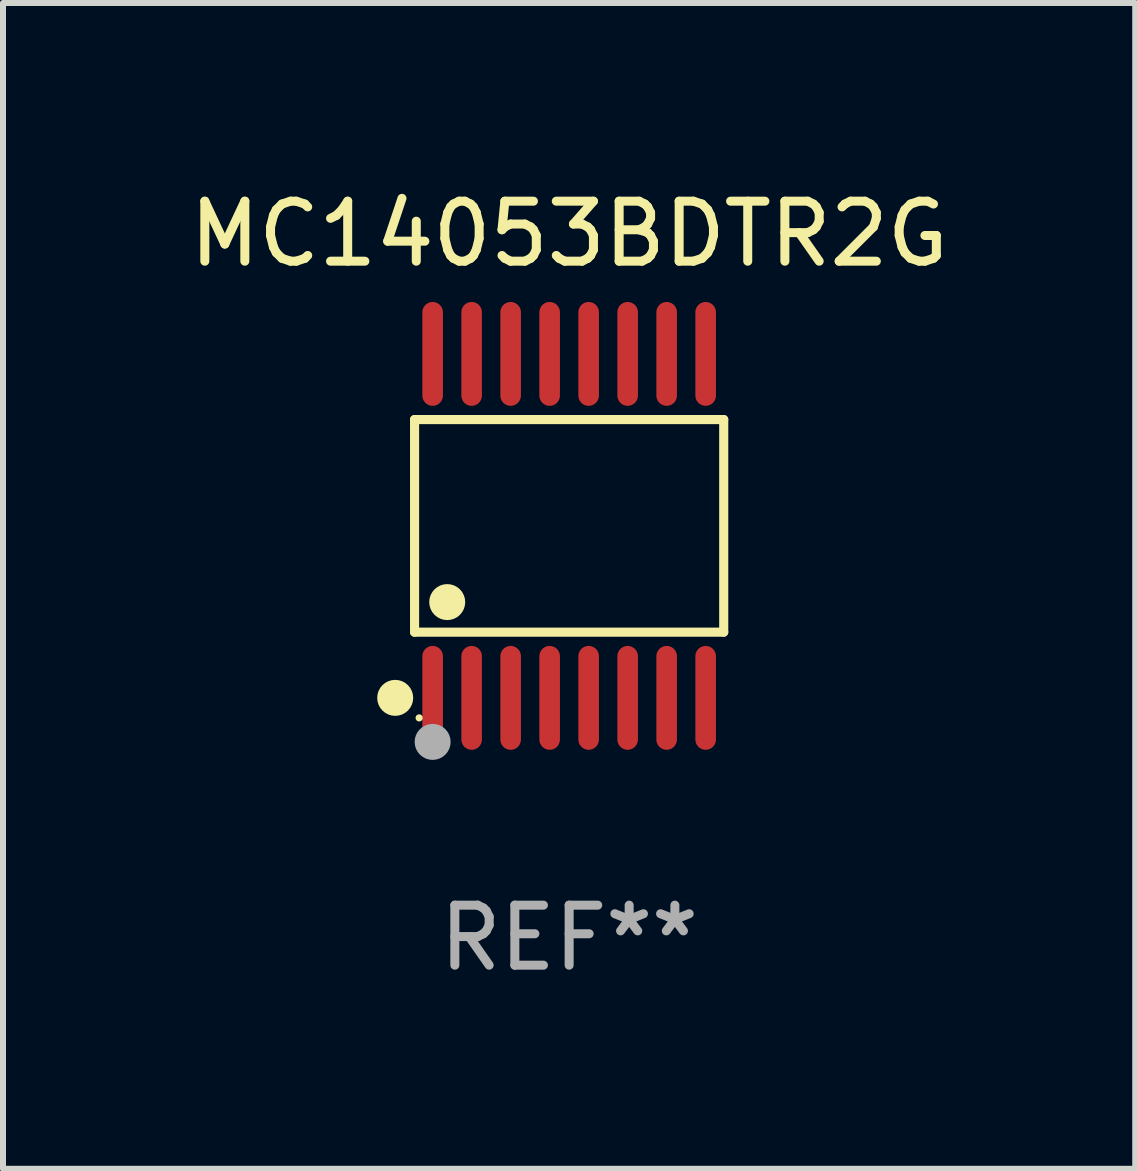
<source format=kicad_pcb>
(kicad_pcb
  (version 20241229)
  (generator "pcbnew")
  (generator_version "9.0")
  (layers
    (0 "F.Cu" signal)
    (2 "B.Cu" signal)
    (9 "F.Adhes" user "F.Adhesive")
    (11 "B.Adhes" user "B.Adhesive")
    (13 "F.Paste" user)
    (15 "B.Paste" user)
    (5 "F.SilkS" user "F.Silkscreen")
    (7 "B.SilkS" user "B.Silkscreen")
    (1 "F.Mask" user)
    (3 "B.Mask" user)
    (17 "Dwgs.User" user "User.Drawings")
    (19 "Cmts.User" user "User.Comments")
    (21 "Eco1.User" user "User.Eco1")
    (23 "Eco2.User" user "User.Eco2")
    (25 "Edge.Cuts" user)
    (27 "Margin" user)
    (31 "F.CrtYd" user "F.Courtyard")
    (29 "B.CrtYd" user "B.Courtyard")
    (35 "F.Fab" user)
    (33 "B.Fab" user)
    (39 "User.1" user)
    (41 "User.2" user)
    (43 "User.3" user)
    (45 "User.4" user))
  (footprint "MC14053BDTR2G"
    (layer "F.Cu")
    (at 6.435 5.714)
    (property "Reference" "MC14053BDTR2G" (at 0 -4.866 0) (layer "F.SilkS") (effects (font (size 1 1) (thickness 0.15))))
    (attr through_hole)
    (fp_line (start -2.576 -1.772) (end 2.576 -1.772) (stroke (width 0.152) (type solid)) (layer "F.SilkS"))
    (fp_line (start -2.576 1.771) (end -2.576 -1.772) (stroke (width 0.152) (type solid)) (layer "F.SilkS"))
    (fp_line (start 2.576 -1.772) (end 2.576 1.771) (stroke (width 0.152) (type solid)) (layer "F.SilkS"))
    (fp_line (start 2.576 1.771) (end -2.576 1.771) (stroke (width 0.152) (type solid)) (layer "F.SilkS"))
    (fp_circle (center -2.899 2.866) (end -2.749 2.866) (stroke (width 0.3) (type solid)) (fill no) (layer "F.SilkS"))
    (fp_circle (center -2.5 3.2) (end -2.47 3.2) (stroke (width 0.06) (type solid)) (fill no) (layer "F.SilkS"))
    (fp_circle (center -2.032 1.27) (end -1.882 1.27) (stroke (width 0.3) (type solid)) (fill no) (layer "F.SilkS"))
    (fp_circle (center -2.275 3.6) (end -2.125 3.6) (stroke (width 0.3) (type solid)) (fill no) (layer "F.Fab"))
    (fp_text user "REF**" (at 0 6.866 0) (layer "F.Fab") (effects (font (size 1 1) (thickness 0.15))))
    (pad "1" smd oval (at -2.275 2.866) (size 0.343 1.731) (layers "F.Cu" "F.Mask" "F.Paste"))
    (pad "2" smd oval (at -1.625 2.866) (size 0.343 1.731) (layers "F.Cu" "F.Mask" "F.Paste"))
    (pad "3" smd oval (at -0.975 2.866) (size 0.343 1.731) (layers "F.Cu" "F.Mask" "F.Paste"))
    (pad "4" smd oval (at -0.325 2.866) (size 0.343 1.731) (layers "F.Cu" "F.Mask" "F.Paste"))
    (pad "5" smd oval (at 0.325 2.866) (size 0.343 1.731) (layers "F.Cu" "F.Mask" "F.Paste"))
    (pad "6" smd oval (at 0.975 2.866) (size 0.343 1.731) (layers "F.Cu" "F.Mask" "F.Paste"))
    (pad "7" smd oval (at 1.625 2.866) (size 0.343 1.731) (layers "F.Cu" "F.Mask" "F.Paste"))
    (pad "8" smd oval (at 2.275 2.866) (size 0.343 1.731) (layers "F.Cu" "F.Mask" "F.Paste"))
    (pad "9" smd oval (at 2.275 -2.866) (size 0.343 1.731) (layers "F.Cu" "F.Mask" "F.Paste"))
    (pad "10" smd oval (at 1.625 -2.866) (size 0.343 1.731) (layers "F.Cu" "F.Mask" "F.Paste"))
    (pad "11" smd oval (at 0.975 -2.866) (size 0.343 1.731) (layers "F.Cu" "F.Mask" "F.Paste"))
    (pad "12" smd oval (at 0.325 -2.866) (size 0.343 1.731) (layers "F.Cu" "F.Mask" "F.Paste"))
    (pad "13" smd oval (at -0.325 -2.866) (size 0.343 1.731) (layers "F.Cu" "F.Mask" "F.Paste"))
    (pad "14" smd oval (at -0.975 -2.866) (size 0.343 1.731) (layers "F.Cu" "F.Mask" "F.Paste"))
    (pad "15" smd oval (at -1.625 -2.866) (size 0.343 1.731) (layers "F.Cu" "F.Mask" "F.Paste"))
    (pad "16" smd oval (at -2.275 -2.866) (size 0.343 1.731) (layers "F.Cu" "F.Mask" "F.Paste")))
  (gr_rect
    (start -3 -3)
    (end 15.869 16.428)
    (stroke (width 0.1) (type default))
    (fill no)
    (layer "Edge.Cuts")))
</source>
